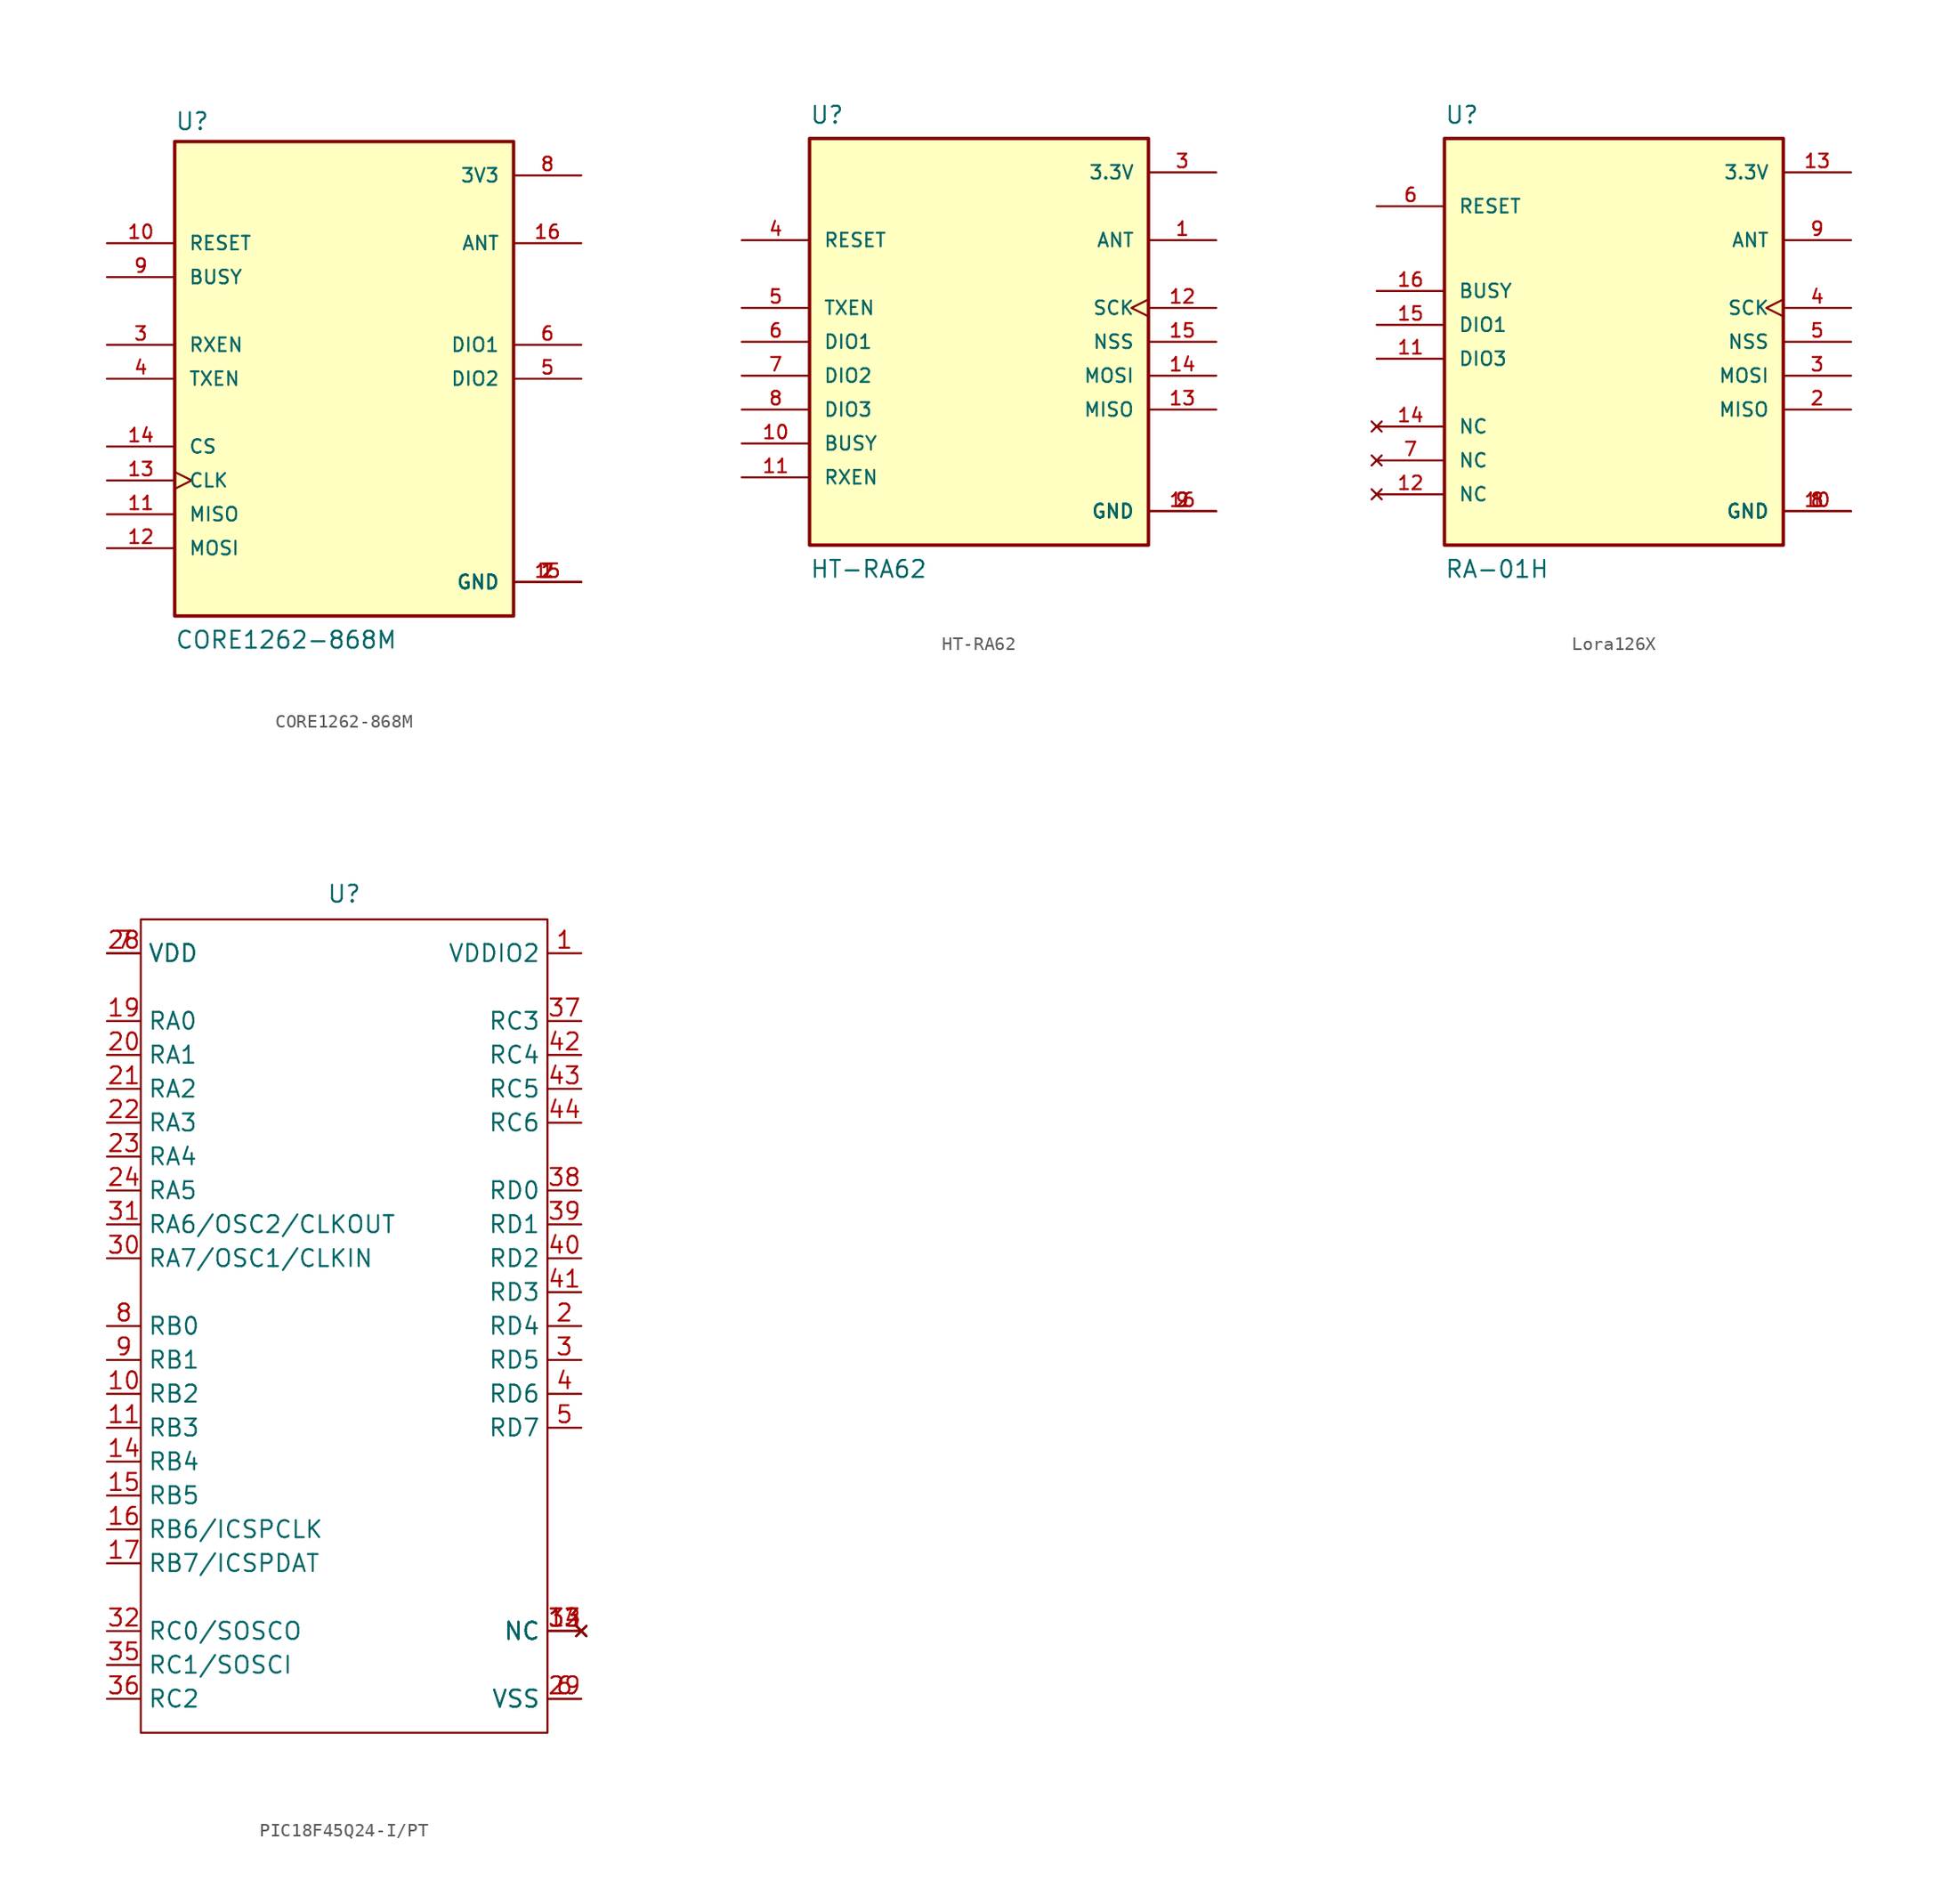
<source format=kicad_sym>
(kicad_symbol_lib
  (version 20231120)
  (generator "kicad_symbol_editor")
  (generator_version "8.0")
  (symbol "CORE1262-868M"
    (pin_names
      (offset 1.016))
    (property "Reference" "U"
      (at -12.7 18.542 0)
      (effects (font (size 1.27 1.27)) (justify left bottom)))
    (property "Value" "CORE1262-868M"
      (at -12.7 -20.32 0)
      (effects (font (size 1.27 1.27)) (justify left bottom)))
    (symbol "CORE1262-868M_0_0"
      (rectangle (start -12.7 -17.78) (end 12.7 17.78) (stroke (width 0.254) (type default)) (fill (type background)))
      (pin power_in line (at 17.78 -15.24 180) (length 5.08) (name "GND" (effects (font (size 1.016 1.016)))) (number "1" (effects (font (size 1.016 1.016)))))
      (pin input line (at -17.78 10.16 0) (length 5.08) (name "RESET" (effects (font (size 1.016 1.016)))) (number "10" (effects (font (size 1.016 1.016)))))
      (pin input line (at -17.78 -10.16 0) (length 5.08) (name "MISO" (effects (font (size 1.016 1.016)))) (number "11" (effects (font (size 1.016 1.016)))))
      (pin output line (at -17.78 -12.7 0) (length 5.08) (name "MOSI" (effects (font (size 1.016 1.016)))) (number "12" (effects (font (size 1.016 1.016)))))
      (pin input clock (at -17.78 -7.62 0) (length 5.08) (name "CLK" (effects (font (size 1.016 1.016)))) (number "13" (effects (font (size 1.016 1.016)))))
      (pin input line (at -17.78 -5.08 0) (length 5.08) (name "CS" (effects (font (size 1.016 1.016)))) (number "14" (effects (font (size 1.016 1.016)))))
      (pin power_in line (at 17.78 -15.24 180) (length 5.08) (name "GND" (effects (font (size 1.016 1.016)))) (number "15" (effects (font (size 1.016 1.016)))))
      (pin bidirectional line (at 17.78 10.16 180) (length 5.08) (name "ANT" (effects (font (size 1.016 1.016)))) (number "16" (effects (font (size 1.016 1.016)))))
      (pin power_in line (at 17.78 -15.24 180) (length 5.08) (name "GND" (effects (font (size 1.016 1.016)))) (number "2" (effects (font (size 1.016 1.016)))))
      (pin input line (at -17.78 2.54 0) (length 5.08) (name "RXEN" (effects (font (size 1.016 1.016)))) (number "3" (effects (font (size 1.016 1.016)))))
      (pin input line (at -17.78 0 0) (length 5.08) (name "TXEN" (effects (font (size 1.016 1.016)))) (number "4" (effects (font (size 1.016 1.016)))))
      (pin bidirectional line (at 17.78 0 180) (length 5.08) (name "DIO2" (effects (font (size 1.016 1.016)))) (number "5" (effects (font (size 1.016 1.016)))))
      (pin bidirectional line (at 17.78 2.54 180) (length 5.08) (name "DIO1" (effects (font (size 1.016 1.016)))) (number "6" (effects (font (size 1.016 1.016)))))
      (pin power_in line (at 17.78 -15.24 180) (length 5.08) (name "GND" (effects (font (size 1.016 1.016)))) (number "7" (effects (font (size 1.016 1.016)))))
      (pin power_in line (at 17.78 15.24 180) (length 5.08) (name "3V3" (effects (font (size 1.016 1.016)))) (number "8" (effects (font (size 1.016 1.016)))))
      (pin input line (at -17.78 7.62 0) (length 5.08) (name "BUSY" (effects (font (size 1.016 1.016)))) (number "9" (effects (font (size 1.016 1.016)))))))
  (symbol "HT-RA62"
    (pin_names
      (offset 1.016))
    (property "Reference" "U"
      (at -12.7 16.256 0)
      (effects (font (size 1.27 1.27)) (justify left bottom)))
    (property "Value" "HT-RA62"
      (at -12.7 -17.78 0)
      (effects (font (size 1.27 1.27)) (justify left bottom)))
    (symbol "HT-RA62_0_0"
      (rectangle (start -12.7 -15.24) (end 12.7 15.24) (stroke (width 0.254) (type default)) (fill (type background)))
      (pin bidirectional line (at 17.78 7.62 180) (length 5.08) (name "ANT" (effects (font (size 1.016 1.016)))) (number "1" (effects (font (size 1.016 1.016)))))
      (pin output line (at 17.78 -5.08 180) (length 5.08) (name "MISO" (effects (font (size 1.016 1.016)))) (number "13" (effects (font (size 1.016 1.016)))))
      (pin input line (at 17.78 -2.54 180) (length 5.08) (name "MOSI" (effects (font (size 1.016 1.016)))) (number "14" (effects (font (size 1.016 1.016)))))
      (pin input line (at 17.78 0 180) (length 5.08) (name "NSS" (effects (font (size 1.016 1.016)))) (number "15" (effects (font (size 1.016 1.016)))))
      (pin power_in line (at 17.78 -12.7 180) (length 5.08) (name "GND" (effects (font (size 1.016 1.016)))) (number "16" (effects (font (size 1.016 1.016)))))
      (pin power_in line (at 17.78 -12.7 180) (length 5.08) (name "GND" (effects (font (size 1.016 1.016)))) (number "2" (effects (font (size 1.016 1.016)))))
      (pin power_in line (at 17.78 12.7 180) (length 5.08) (name "3.3V" (effects (font (size 1.016 1.016)))) (number "3" (effects (font (size 1.016 1.016)))))
      (pin input line (at -17.78 7.62 0) (length 5.08) (name "RESET" (effects (font (size 1.016 1.016)))) (number "4" (effects (font (size 1.016 1.016)))))
      (pin bidirectional line (at -17.78 0 0) (length 5.08) (name "DIO1" (effects (font (size 1.016 1.016)))) (number "6" (effects (font (size 1.016 1.016)))))
      (pin bidirectional line (at -17.78 -2.54 0) (length 5.08) (name "DIO2" (effects (font (size 1.016 1.016)))) (number "7" (effects (font (size 1.016 1.016)))))
      (pin bidirectional line (at -17.78 -5.08 0) (length 5.08) (name "DIO3" (effects (font (size 1.016 1.016)))) (number "8" (effects (font (size 1.016 1.016)))))
      (pin power_in line (at 17.78 -12.7 180) (length 5.08) (name "GND" (effects (font (size 1.016 1.016)))) (number "9" (effects (font (size 1.016 1.016))))))
    (symbol "HT-RA62_1_0"
      (pin bidirectional line (at -17.78 -7.62 0) (length 5.08) (name "BUSY" (effects (font (size 1.016 1.016)))) (number "10" (effects (font (size 1.016 1.016)))))
      (pin bidirectional line (at -17.78 -10.16 0) (length 5.08) (name "RXEN" (effects (font (size 1.016 1.016)))) (number "11" (effects (font (size 1.016 1.016)))))
      (pin input clock (at 17.78 2.54 180) (length 5.08) (name "SCK" (effects (font (size 1.016 1.016)))) (number "12" (effects (font (size 1.016 1.016)))))
      (pin bidirectional line (at -17.78 2.54 0) (length 5.08) (name "TXEN" (effects (font (size 1.016 1.016)))) (number "5" (effects (font (size 1.016 1.016)))))))
  (symbol "Lora126X"
    (pin_names
      (offset 1.016))
    (property "Reference" "U"
      (at -12.7 16.256 0)
      (effects (font (size 1.27 1.27)) (justify left bottom)))
    (property "Value" "RA-01H"
      (at -12.7 -17.78 0)
      (effects (font (size 1.27 1.27)) (justify left bottom)))
    (symbol "Lora126X_0_0"
      (rectangle (start -12.7 -15.24) (end 12.7 15.24) (stroke (width 0.254) (type default)) (fill (type background))))
    (symbol "Lora126X_1_0"
      (pin power_in line (at 17.78 -12.7 180) (length 5.08) (name "GND" (effects (font (size 1.016 1.016)))) (number "1" (effects (font (size 1.016 1.016)))))
      (pin power_in line (at 17.78 -12.7 180) (length 5.08) (name "GND" (effects (font (size 1.016 1.016)))) (number "10" (effects (font (size 1.016 1.016)))))
      (pin bidirectional line (at -17.78 -1.27 0) (length 5.08) (name "DIO3" (effects (font (size 1.016 1.016)))) (number "11" (effects (font (size 1.016 1.016)))))
      (pin no_connect line (at -17.78 -11.43 0) (length 5.08) (name "NC" (effects (font (size 1.016 1.016)))) (number "12" (effects (font (size 1.016 1.016)))))
      (pin power_in line (at 17.78 12.7 180) (length 5.08) (name "3.3V" (effects (font (size 1.016 1.016)))) (number "13" (effects (font (size 1.016 1.016)))))
      (pin no_connect line (at -17.78 -6.35 0) (length 5.08) (name "NC" (effects (font (size 1.016 1.016)))) (number "14" (effects (font (size 1.016 1.016)))))
      (pin bidirectional line (at -17.78 1.27 0) (length 5.08) (name "DIO1" (effects (font (size 1.016 1.016)))) (number "15" (effects (font (size 1.016 1.016)))))
      (pin bidirectional line (at -17.78 3.81 0) (length 5.08) (name "BUSY" (effects (font (size 1.016 1.016)))) (number "16" (effects (font (size 1.016 1.016)))))
      (pin output line (at 17.78 -5.08 180) (length 5.08) (name "MISO" (effects (font (size 1.016 1.016)))) (number "2" (effects (font (size 1.016 1.016)))))
      (pin input line (at 17.78 -2.54 180) (length 5.08) (name "MOSI" (effects (font (size 1.016 1.016)))) (number "3" (effects (font (size 1.016 1.016)))))
      (pin input clock (at 17.78 2.54 180) (length 5.08) (name "SCK" (effects (font (size 1.016 1.016)))) (number "4" (effects (font (size 1.016 1.016)))))
      (pin input line (at 17.78 0 180) (length 5.08) (name "NSS" (effects (font (size 1.016 1.016)))) (number "5" (effects (font (size 1.016 1.016)))))
      (pin input line (at -17.78 10.16 0) (length 5.08) (name "RESET" (effects (font (size 1.016 1.016)))) (number "6" (effects (font (size 1.016 1.016)))))
      (pin no_connect line (at -17.78 -8.89 0) (length 5.08) (name "NC" (effects (font (size 1.016 1.016)))) (number "7" (effects (font (size 1.016 1.016)))))
      (pin power_in line (at 17.78 -12.7 180) (length 5.08) (name "GND" (effects (font (size 1.016 1.016)))) (number "8" (effects (font (size 1.016 1.016)))))
      (pin bidirectional line (at 17.78 7.62 180) (length 5.08) (name "ANT" (effects (font (size 1.016 1.016)))) (number "9" (effects (font (size 1.016 1.016)))))))
  (symbol "PIC18F45Q24-I/PT"
    (property "Reference" "U"
      (at 0 31.75 0)
      (effects (font (size 1.27 1.27))))
    (property "Value" ""
      (at 0 -5.08 0)
      (effects (font (size 1.27 1.27))))
    (symbol "PIC18F45Q24-I/PT_0_1"
      (rectangle (start -15.24 29.845) (end 15.24 -31.115) (stroke (width 0) (type default)) (fill (type none))))
    (symbol "PIC18F45Q24-I/PT_1_1"
      (pin power_in line (at 17.78 27.305 180) (length 2.54) (name "VDDIO2" (effects (font (size 1.27 1.27)))) (number "1" (effects (font (size 1.27 1.27)))))
      (pin bidirectional line (at -17.78 -5.715 0) (length 2.54) (name "RB2" (effects (font (size 1.27 1.27)))) (number "10" (effects (font (size 1.27 1.27)))))
      (pin bidirectional line (at -17.78 -8.255 0) (length 2.54) (name "RB3" (effects (font (size 1.27 1.27)))) (number "11" (effects (font (size 1.27 1.27)))))
      (pin no_connect line (at 17.78 -23.495 180) (length 2.54) (name "NC" (effects (font (size 1.27 1.27)))) (number "12" (effects (font (size 1.27 1.27)))))
      (pin no_connect line (at 17.78 -23.495 180) (length 2.54) (name "NC" (effects (font (size 1.27 1.27)))) (number "13" (effects (font (size 1.27 1.27)))))
      (pin bidirectional line (at -17.78 -10.795 0) (length 2.54) (name "RB4" (effects (font (size 1.27 1.27)))) (number "14" (effects (font (size 1.27 1.27)))))
      (pin bidirectional line (at -17.78 -13.335 0) (length 2.54) (name "RB5" (effects (font (size 1.27 1.27)))) (number "15" (effects (font (size 1.27 1.27)))))
      (pin bidirectional line (at -17.78 -15.875 0) (length 2.54) (name "RB6/ICSPCLK" (effects (font (size 1.27 1.27)))) (number "16" (effects (font (size 1.27 1.27)))))
      (pin bidirectional line (at -17.78 -18.415 0) (length 2.54) (name "RB7/ICSPDAT" (effects (font (size 1.27 1.27)))) (number "17" (effects (font (size 1.27 1.27)))))
      (pin bidirectional line (at -17.78 22.225 0) (length 2.54) (name "RA0" (effects (font (size 1.27 1.27)))) (number "19" (effects (font (size 1.27 1.27)))))
      (pin bidirectional line (at 17.78 -0.635 180) (length 2.54) (name "RD4" (effects (font (size 1.27 1.27)))) (number "2" (effects (font (size 1.27 1.27)))))
      (pin bidirectional line (at -17.78 19.685 0) (length 2.54) (name "RA1" (effects (font (size 1.27 1.27)))) (number "20" (effects (font (size 1.27 1.27)))))
      (pin bidirectional line (at -17.78 17.145 0) (length 2.54) (name "RA2" (effects (font (size 1.27 1.27)))) (number "21" (effects (font (size 1.27 1.27)))))
      (pin bidirectional line (at -17.78 14.605 0) (length 2.54) (name "RA3" (effects (font (size 1.27 1.27)))) (number "22" (effects (font (size 1.27 1.27)))))
      (pin bidirectional line (at -17.78 12.065 0) (length 2.54) (name "RA4" (effects (font (size 1.27 1.27)))) (number "23" (effects (font (size 1.27 1.27)))))
      (pin bidirectional line (at -17.78 9.525 0) (length 2.54) (name "RA5" (effects (font (size 1.27 1.27)))) (number "24" (effects (font (size 1.27 1.27)))))
      (pin power_in line (at -17.78 27.305 0) (length 2.54) (name "VDD" (effects (font (size 1.27 1.27)))) (number "28" (effects (font (size 1.27 1.27)))))
      (pin power_in line (at 17.78 -28.575 180) (length 2.54) (name "VSS" (effects (font (size 1.27 1.27)))) (number "29" (effects (font (size 1.27 1.27)))))
      (pin bidirectional line (at 17.78 -3.175 180) (length 2.54) (name "RD5" (effects (font (size 1.27 1.27)))) (number "3" (effects (font (size 1.27 1.27)))))
      (pin bidirectional line (at -17.78 4.445 0) (length 2.54) (name "RA7/OSC1/CLKIN" (effects (font (size 1.27 1.27)))) (number "30" (effects (font (size 1.27 1.27)))))
      (pin bidirectional line (at -17.78 6.985 0) (length 2.54) (name "RA6/OSC2/CLKOUT" (effects (font (size 1.27 1.27)))) (number "31" (effects (font (size 1.27 1.27)))))
      (pin bidirectional line (at -17.78 -23.495 0) (length 2.54) (name "RC0/SOSCO" (effects (font (size 1.27 1.27)))) (number "32" (effects (font (size 1.27 1.27)))))
      (pin no_connect line (at 17.78 -23.495 180) (length 2.54) (name "NC" (effects (font (size 1.27 1.27)))) (number "33" (effects (font (size 1.27 1.27)))))
      (pin no_connect line (at 17.78 -23.495 180) (length 2.54) (name "NC" (effects (font (size 1.27 1.27)))) (number "34" (effects (font (size 1.27 1.27)))))
      (pin bidirectional line (at -17.78 -26.035 0) (length 2.54) (name "RC1/SOSCI" (effects (font (size 1.27 1.27)))) (number "35" (effects (font (size 1.27 1.27)))))
      (pin bidirectional line (at -17.78 -28.575 0) (length 2.54) (name "RC2" (effects (font (size 1.27 1.27)))) (number "36" (effects (font (size 1.27 1.27)))))
      (pin bidirectional line (at 17.78 22.225 180) (length 2.54) (name "RC3" (effects (font (size 1.27 1.27)))) (number "37" (effects (font (size 1.27 1.27)))))
      (pin bidirectional line (at 17.78 9.525 180) (length 2.54) (name "RD0" (effects (font (size 1.27 1.27)))) (number "38" (effects (font (size 1.27 1.27)))))
      (pin bidirectional line (at 17.78 6.985 180) (length 2.54) (name "RD1" (effects (font (size 1.27 1.27)))) (number "39" (effects (font (size 1.27 1.27)))))
      (pin bidirectional line (at 17.78 -5.715 180) (length 2.54) (name "RD6" (effects (font (size 1.27 1.27)))) (number "4" (effects (font (size 1.27 1.27)))))
      (pin bidirectional line (at 17.78 4.445 180) (length 2.54) (name "RD2" (effects (font (size 1.27 1.27)))) (number "40" (effects (font (size 1.27 1.27)))))
      (pin bidirectional line (at 17.78 1.905 180) (length 2.54) (name "RD3" (effects (font (size 1.27 1.27)))) (number "41" (effects (font (size 1.27 1.27)))))
      (pin bidirectional line (at 17.78 19.685 180) (length 2.54) (name "RC4" (effects (font (size 1.27 1.27)))) (number "42" (effects (font (size 1.27 1.27)))))
      (pin bidirectional line (at 17.78 17.145 180) (length 2.54) (name "RC5" (effects (font (size 1.27 1.27)))) (number "43" (effects (font (size 1.27 1.27)))))
      (pin bidirectional line (at 17.78 14.605 180) (length 2.54) (name "RC6" (effects (font (size 1.27 1.27)))) (number "44" (effects (font (size 1.27 1.27)))))
      (pin bidirectional line (at 17.78 -8.255 180) (length 2.54) (name "RD7" (effects (font (size 1.27 1.27)))) (number "5" (effects (font (size 1.27 1.27)))))
      (pin power_in line (at 17.78 -28.575 180) (length 2.54) (name "VSS" (effects (font (size 1.27 1.27)))) (number "6" (effects (font (size 1.27 1.27)))))
      (pin power_in line (at -17.78 27.305 0) (length 2.54) (name "VDD" (effects (font (size 1.27 1.27)))) (number "7" (effects (font (size 1.27 1.27)))))
      (pin bidirectional line (at -17.78 -0.635 0) (length 2.54) (name "RB0" (effects (font (size 1.27 1.27)))) (number "8" (effects (font (size 1.27 1.27)))))
      (pin bidirectional line (at -17.78 -3.175 0) (length 2.54) (name "RB1" (effects (font (size 1.27 1.27)))) (number "9" (effects (font (size 1.27 1.27))))))))
</source>
